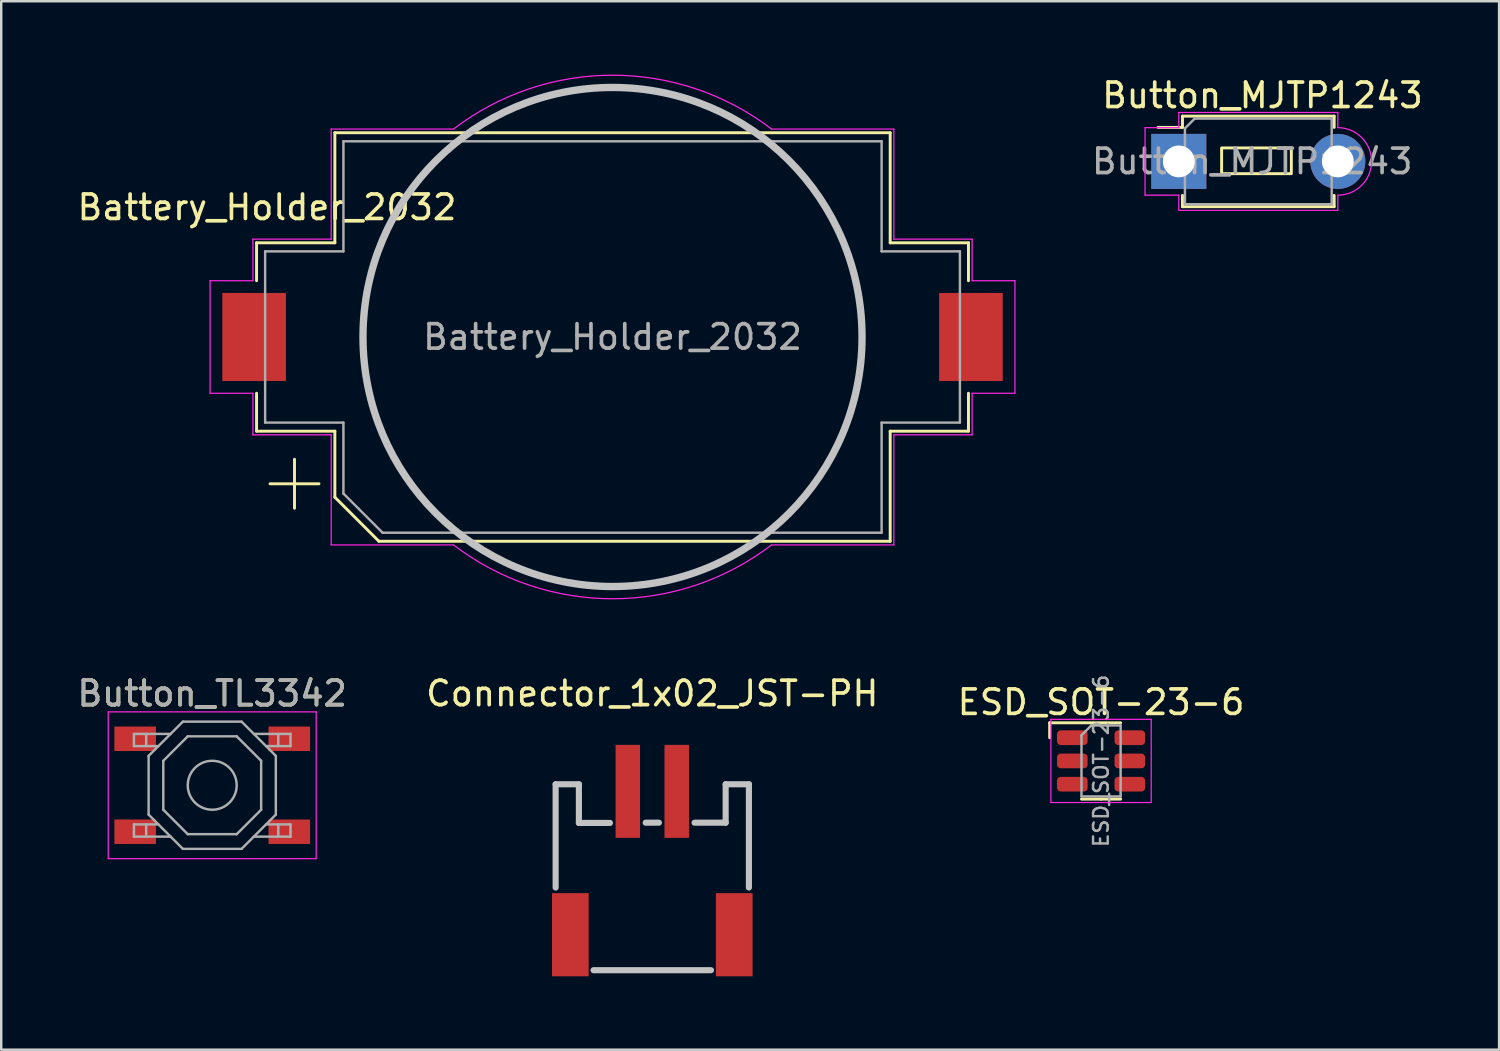
<source format=kicad_pcb>
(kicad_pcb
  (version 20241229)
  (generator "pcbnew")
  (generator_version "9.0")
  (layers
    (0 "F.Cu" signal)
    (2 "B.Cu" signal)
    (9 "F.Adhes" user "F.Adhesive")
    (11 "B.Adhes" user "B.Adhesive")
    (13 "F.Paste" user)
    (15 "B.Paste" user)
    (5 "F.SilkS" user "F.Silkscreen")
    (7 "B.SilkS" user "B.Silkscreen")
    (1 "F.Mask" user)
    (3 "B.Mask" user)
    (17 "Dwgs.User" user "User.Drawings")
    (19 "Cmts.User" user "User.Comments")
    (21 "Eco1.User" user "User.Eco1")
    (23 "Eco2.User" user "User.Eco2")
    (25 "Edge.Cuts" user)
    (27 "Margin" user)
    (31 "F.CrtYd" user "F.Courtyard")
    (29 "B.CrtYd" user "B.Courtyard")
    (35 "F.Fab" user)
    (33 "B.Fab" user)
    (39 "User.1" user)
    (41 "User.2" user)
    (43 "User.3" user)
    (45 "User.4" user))
  (footprint "Button_TL3342"
    (layer "F.Cu")
    (at 5.625 29.049)
    (property "Reference" "Button_TL3342" (at 0 -3.75 0) (layer "F.SilkS") (effects (font (size 1 1) (thickness 0.15))))
    (attr smd)
    (fp_line (start -4.25 -3) (end 4.25 -3) (stroke (width 0.05) (type solid)) (layer "F.CrtYd"))
    (fp_line (start -4.25 3) (end -4.25 -3) (stroke (width 0.05) (type solid)) (layer "F.CrtYd"))
    (fp_line (start 4.25 -3) (end 4.25 3) (stroke (width 0.05) (type solid)) (layer "F.CrtYd"))
    (fp_line (start 4.25 3) (end -4.25 3) (stroke (width 0.05) (type solid)) (layer "F.CrtYd"))
    (fp_line (start -3.2 -2.1) (end -3.2 -1.6) (stroke (width 0.1) (type solid)) (layer "F.Fab"))
    (fp_line (start -3.2 -1.6) (end -2.2 -1.6) (stroke (width 0.1) (type solid)) (layer "F.Fab"))
    (fp_line (start -3.2 1.6) (end -2.2 1.6) (stroke (width 0.1) (type solid)) (layer "F.Fab"))
    (fp_line (start -3.2 2.1) (end -3.2 1.6) (stroke (width 0.1) (type solid)) (layer "F.Fab"))
    (fp_line (start -2.7 -2.1) (end -2.7 -1.6) (stroke (width 0.1) (type solid)) (layer "F.Fab"))
    (fp_line (start -2.7 2.1) (end -2.7 1.6) (stroke (width 0.1) (type solid)) (layer "F.Fab"))
    (fp_line (start -2.6 -1.2) (end -2.6 1.2) (stroke (width 0.1) (type solid)) (layer "F.Fab"))
    (fp_line (start -2.6 1.2) (end -1.2 2.6) (stroke (width 0.1) (type solid)) (layer "F.Fab"))
    (fp_line (start -2 -1) (end -1 -2) (stroke (width 0.1) (type solid)) (layer "F.Fab"))
    (fp_line (start -2 1) (end -2 -1) (stroke (width 0.1) (type solid)) (layer "F.Fab"))
    (fp_line (start -1.7 -2.1) (end -3.2 -2.1) (stroke (width 0.1) (type solid)) (layer "F.Fab"))
    (fp_line (start -1.7 2.1) (end -3.2 2.1) (stroke (width 0.1) (type solid)) (layer "F.Fab"))
    (fp_line (start -1.2 -2.6) (end -2.6 -1.2) (stroke (width 0.1) (type solid)) (layer "F.Fab"))
    (fp_line (start -1.2 2.6) (end 1.2 2.6) (stroke (width 0.1) (type solid)) (layer "F.Fab"))
    (fp_line (start -1 -2) (end 1 -2) (stroke (width 0.1) (type solid)) (layer "F.Fab"))
    (fp_line (start -1 2) (end -2 1) (stroke (width 0.1) (type solid)) (layer "F.Fab"))
    (fp_line (start 1 -2) (end 2 -1) (stroke (width 0.1) (type solid)) (layer "F.Fab"))
    (fp_line (start 1 2) (end -1 2) (stroke (width 0.1) (type solid)) (layer "F.Fab"))
    (fp_line (start 1.2 -2.6) (end -1.2 -2.6) (stroke (width 0.1) (type solid)) (layer "F.Fab"))
    (fp_line (start 1.2 2.6) (end 2.6 1.2) (stroke (width 0.1) (type solid)) (layer "F.Fab"))
    (fp_line (start 1.7 -2.1) (end 3.2 -2.1) (stroke (width 0.1) (type solid)) (layer "F.Fab"))
    (fp_line (start 1.7 2.1) (end 3.2 2.1) (stroke (width 0.1) (type solid)) (layer "F.Fab"))
    (fp_line (start 2 -1) (end 2 1) (stroke (width 0.1) (type solid)) (layer "F.Fab"))
    (fp_line (start 2 1) (end 1 2) (stroke (width 0.1) (type solid)) (layer "F.Fab"))
    (fp_line (start 2.6 -1.2) (end 1.2 -2.6) (stroke (width 0.1) (type solid)) (layer "F.Fab"))
    (fp_line (start 2.6 1.2) (end 2.6 -1.2) (stroke (width 0.1) (type solid)) (layer "F.Fab"))
    (fp_line (start 2.7 -2.1) (end 2.7 -1.6) (stroke (width 0.1) (type solid)) (layer "F.Fab"))
    (fp_line (start 2.7 2.1) (end 2.7 1.6) (stroke (width 0.1) (type solid)) (layer "F.Fab"))
    (fp_line (start 3.2 -2.1) (end 3.2 -1.6) (stroke (width 0.1) (type solid)) (layer "F.Fab"))
    (fp_line (start 3.2 -1.6) (end 2.2 -1.6) (stroke (width 0.1) (type solid)) (layer "F.Fab"))
    (fp_line (start 3.2 1.6) (end 2.2 1.6) (stroke (width 0.1) (type solid)) (layer "F.Fab"))
    (fp_line (start 3.2 2.1) (end 3.2 1.6) (stroke (width 0.1) (type solid)) (layer "F.Fab"))
    (fp_circle (center 0 0) (end 1 0) (stroke (width 0.1) (type solid)) (fill no) (layer "F.Fab"))
    (fp_text user "${REFERENCE}" (at 0 -3.75 0) (layer "F.Fab") (effects (font (size 1 1) (thickness 0.15))))
    (pad "1" smd rect (at -3.15 -1.9) (size 1.7 1) (layers "F.Cu" "F.Mask" "F.Paste"))
    (pad "1" smd rect (at 3.15 -1.9) (size 1.7 1) (layers "F.Cu" "F.Mask" "F.Paste"))
    (pad "2" smd rect (at -3.15 1.9) (size 1.7 1) (layers "F.Cu" "F.Mask" "F.Paste"))
    (pad "2" smd rect (at 3.15 1.9) (size 1.7 1) (layers "F.Cu" "F.Mask" "F.Paste")))
  (footprint "ESD_SOT-23-6"
    (layer "F.Cu")
    (at 41.958 28.055)
    (property "Reference" "ESD_SOT-23-6" (at 0 -2.4 0) (layer "F.SilkS") (effects (font (size 1 1) (thickness 0.15))))
    (attr smd)
    (fp_line (start -2.1 -1.56) (end 0.8 -1.56) (stroke (width 0.12) (type solid)) (layer "F.SilkS"))
    (fp_line (start -2.1 -0.95) (end -2.1 -1.56) (stroke (width 0.12) (type solid)) (layer "F.SilkS"))
    (fp_line (start 0 1.56) (end -0.8 1.56) (stroke (width 0.12) (type solid)) (layer "F.SilkS"))
    (fp_line (start 0 1.56) (end 0.8 1.56) (stroke (width 0.12) (type solid)) (layer "F.SilkS"))
    (fp_line (start -2.05 -1.7) (end -2.05 1.7) (stroke (width 0.05) (type solid)) (layer "F.CrtYd"))
    (fp_line (start -2.05 1.7) (end 2.05 1.7) (stroke (width 0.05) (type solid)) (layer "F.CrtYd"))
    (fp_line (start 2.05 -1.7) (end -2.05 -1.7) (stroke (width 0.05) (type solid)) (layer "F.CrtYd"))
    (fp_line (start 2.05 1.7) (end 2.05 -1.7) (stroke (width 0.05) (type solid)) (layer "F.CrtYd"))
    (fp_line (start -0.8 -1.05) (end -0.4 -1.45) (stroke (width 0.1) (type solid)) (layer "F.Fab"))
    (fp_line (start -0.8 1.45) (end -0.8 -1.05) (stroke (width 0.1) (type solid)) (layer "F.Fab"))
    (fp_line (start -0.4 -1.45) (end 0.8 -1.45) (stroke (width 0.1) (type solid)) (layer "F.Fab"))
    (fp_line (start 0.8 -1.45) (end 0.8 1.45) (stroke (width 0.1) (type solid)) (layer "F.Fab"))
    (fp_line (start 0.8 1.45) (end -0.8 1.45) (stroke (width 0.1) (type solid)) (layer "F.Fab"))
    (fp_text user "${REFERENCE}" (at 0 0 90) (layer "F.Fab") (effects (font (size 0.6 0.6) (thickness 0.1) (bold yes))))
    (pad "1" smd roundrect (at -1.175 -0.95) (size 1.25 0.6) (layers "F.Cu" "F.Mask" "F.Paste") (roundrect_rratio 0.25))
    (pad "2" smd roundrect (at -1.175 0) (size 1.25 0.6) (layers "F.Cu" "F.Mask" "F.Paste") (roundrect_rratio 0.25))
    (pad "3" smd roundrect (at -1.175 0.95) (size 1.25 0.6) (layers "F.Cu" "F.Mask" "F.Paste") (roundrect_rratio 0.25))
    (pad "4" smd roundrect (at 1.175 0.95) (size 1.25 0.6) (layers "F.Cu" "F.Mask" "F.Paste") (roundrect_rratio 0.25))
    (pad "5" smd roundrect (at 1.175 0) (size 1.25 0.6) (layers "F.Cu" "F.Mask" "F.Paste") (roundrect_rratio 0.25))
    (pad "6" smd roundrect (at 1.175 -0.95) (size 1.25 0.6) (layers "F.Cu" "F.Mask" "F.Paste") (roundrect_rratio 0.25)))
  (footprint "Battery_Holder_2032"
    (layer "F.Cu")
    (at 21.988 10.725)
    (property "Reference" "Battery_Holder_2032" (at -14.125 -5.3 0) (layer "F.SilkS") (effects (font (size 1 1) (thickness 0.15))))
    (attr smd)
    (fp_line (start -14.55 -3.85) (end -14.55 -2.3) (stroke (width 0.12) (type solid)) (layer "F.SilkS"))
    (fp_line (start -14.55 3.85) (end -14.55 2.3) (stroke (width 0.12) (type solid)) (layer "F.SilkS"))
    (fp_line (start -13 5) (end -13 7) (stroke (width 0.12) (type solid)) (layer "F.SilkS"))
    (fp_line (start -12 6) (end -14 6) (stroke (width 0.12) (type solid)) (layer "F.SilkS"))
    (fp_line (start -11.35 -8.35) (end -11.35 -3.85) (stroke (width 0.12) (type solid)) (layer "F.SilkS"))
    (fp_line (start -11.35 -8.35) (end 11.35 -8.35) (stroke (width 0.12) (type solid)) (layer "F.SilkS"))
    (fp_line (start -11.35 -3.85) (end -14.55 -3.85) (stroke (width 0.12) (type solid)) (layer "F.SilkS"))
    (fp_line (start -11.35 3.85) (end -14.55 3.85) (stroke (width 0.12) (type solid)) (layer "F.SilkS"))
    (fp_line (start -11.35 6.55) (end -11.35 3.85) (stroke (width 0.12) (type solid)) (layer "F.SilkS"))
    (fp_line (start -9.55 8.35) (end -11.35 6.55) (stroke (width 0.12) (type solid)) (layer "F.SilkS"))
    (fp_line (start 11.35 -8.35) (end 11.35 -3.85) (stroke (width 0.12) (type solid)) (layer "F.SilkS"))
    (fp_line (start 11.35 -3.85) (end 14.55 -3.85) (stroke (width 0.12) (type solid)) (layer "F.SilkS"))
    (fp_line (start 11.35 3.85) (end 14.55 3.85) (stroke (width 0.12) (type solid)) (layer "F.SilkS"))
    (fp_line (start 11.35 8.35) (end -9.55 8.35) (stroke (width 0.12) (type solid)) (layer "F.SilkS"))
    (fp_line (start 11.35 8.35) (end 11.35 3.85) (stroke (width 0.12) (type solid)) (layer "F.SilkS"))
    (fp_line (start 14.55 -3.85) (end 14.55 -2.3) (stroke (width 0.12) (type solid)) (layer "F.SilkS"))
    (fp_line (start 14.55 3.85) (end 14.55 2.3) (stroke (width 0.12) (type solid)) (layer "F.SilkS"))
    (fp_circle (center 0 0) (end -10.2 0) (stroke (width 0.3) (type solid)) (fill no) (layer "Dwgs.User"))
    (fp_line (start -16.45 2.3) (end -16.45 -2.3) (stroke (width 0.05) (type solid)) (layer "F.CrtYd"))
    (fp_line (start -14.7 -4) (end -11.5 -4) (stroke (width 0.05) (type solid)) (layer "F.CrtYd"))
    (fp_line (start -14.7 -2.3) (end -16.45 -2.3) (stroke (width 0.05) (type solid)) (layer "F.CrtYd"))
    (fp_line (start -14.7 -2.3) (end -14.7 -4) (stroke (width 0.05) (type solid)) (layer "F.CrtYd"))
    (fp_line (start -14.7 2.3) (end -16.45 2.3) (stroke (width 0.05) (type solid)) (layer "F.CrtYd"))
    (fp_line (start -14.7 4) (end -14.7 2.3) (stroke (width 0.05) (type solid)) (layer "F.CrtYd"))
    (fp_line (start -14.7 4) (end -11.5 4) (stroke (width 0.05) (type solid)) (layer "F.CrtYd"))
    (fp_line (start -11.5 -8.5) (end -6.5 -8.5) (stroke (width 0.05) (type solid)) (layer "F.CrtYd"))
    (fp_line (start -11.5 -4) (end -11.5 -8.5) (stroke (width 0.05) (type solid)) (layer "F.CrtYd"))
    (fp_line (start -11.5 4) (end -11.5 8.5) (stroke (width 0.05) (type solid)) (layer "F.CrtYd"))
    (fp_line (start -6.5 8.5) (end -11.5 8.5) (stroke (width 0.05) (type solid)) (layer "F.CrtYd"))
    (fp_line (start 11.5 -8.5) (end 6.5 -8.5) (stroke (width 0.05) (type solid)) (layer "F.CrtYd"))
    (fp_line (start 11.5 -8.5) (end 11.5 -4) (stroke (width 0.05) (type solid)) (layer "F.CrtYd"))
    (fp_line (start 11.5 -4) (end 14.7 -4) (stroke (width 0.05) (type solid)) (layer "F.CrtYd"))
    (fp_line (start 11.5 4) (end 11.5 8.5) (stroke (width 0.05) (type solid)) (layer "F.CrtYd"))
    (fp_line (start 11.5 8.5) (end 6.5 8.5) (stroke (width 0.05) (type solid)) (layer "F.CrtYd"))
    (fp_line (start 14.7 -4) (end 14.7 -2.3) (stroke (width 0.05) (type solid)) (layer "F.CrtYd"))
    (fp_line (start 14.7 -2.3) (end 16.45 -2.3) (stroke (width 0.05) (type solid)) (layer "F.CrtYd"))
    (fp_line (start 14.7 2.3) (end 14.7 4) (stroke (width 0.05) (type solid)) (layer "F.CrtYd"))
    (fp_line (start 14.7 4) (end 11.5 4) (stroke (width 0.05) (type solid)) (layer "F.CrtYd"))
    (fp_line (start 16.45 -2.3) (end 16.45 2.3) (stroke (width 0.05) (type solid)) (layer "F.CrtYd"))
    (fp_line (start 16.45 2.3) (end 14.7 2.3) (stroke (width 0.05) (type solid)) (layer "F.CrtYd"))
    (fp_arc (start -6.499999 -8.5) (mid 0 -10.700467) (end 6.5 -8.5) (stroke (width 0.05) (type solid)) (layer "F.CrtYd"))
    (fp_arc (start 6.499999 8.5) (mid 0 10.700467) (end -6.5 8.5) (stroke (width 0.05) (type solid)) (layer "F.CrtYd"))
    (fp_line (start -14.2 -3.5) (end -11 -3.5) (stroke (width 0.1) (type solid)) (layer "F.Fab"))
    (fp_line (start -14.2 3.5) (end -14.2 -3.5) (stroke (width 0.1) (type solid)) (layer "F.Fab"))
    (fp_line (start -11 -8) (end -11 -3.5) (stroke (width 0.1) (type solid)) (layer "F.Fab"))
    (fp_line (start -11 3.5) (end -14.2 3.5) (stroke (width 0.1) (type solid)) (layer "F.Fab"))
    (fp_line (start -11 6.4) (end -11 3.5) (stroke (width 0.1) (type solid)) (layer "F.Fab"))
    (fp_line (start -9.4 8) (end -11 6.4) (stroke (width 0.1) (type solid)) (layer "F.Fab"))
    (fp_line (start 11 -8) (end -11 -8) (stroke (width 0.1) (type solid)) (layer "F.Fab"))
    (fp_line (start 11 -8) (end 11 -3.5) (stroke (width 0.1) (type solid)) (layer "F.Fab"))
    (fp_line (start 11 3.5) (end 14.2 3.5) (stroke (width 0.1) (type solid)) (layer "F.Fab"))
    (fp_line (start 11 8) (end -9.4 8) (stroke (width 0.1) (type solid)) (layer "F.Fab"))
    (fp_line (start 11 8) (end 11 3.5) (stroke (width 0.1) (type solid)) (layer "F.Fab"))
    (fp_line (start 14.2 -3.5) (end 11 -3.5) (stroke (width 0.1) (type solid)) (layer "F.Fab"))
    (fp_line (start 14.2 3.5) (end 14.2 -3.5) (stroke (width 0.1) (type solid)) (layer "F.Fab"))
    (fp_text user "${REFERENCE}" (at 0 0 0) (layer "F.Fab") (effects (font (size 1 1) (thickness 0.15))))
    (pad "1" smd rect (at -14.65 0 180) (size 2.6 3.6) (layers "F.Cu" "F.Mask" "F.Paste"))
    (pad "2" smd rect (at 14.65 0 180) (size 2.6 3.6) (layers "F.Cu" "F.Mask" "F.Paste")))
  (footprint "Connector_1x02_JST-PH"
    (layer "F.Cu")
    (at 23.613 32.229)
    (property "Reference" "Connector_1x02_JST-PH" (at 0 -6.93 0) (layer "F.SilkS") (effects (font (size 1 1) (thickness 0.15))))
    (attr smd)
    (fp_line (start -3.95 -3.22) (end -3.95 1) (stroke (width 0.25) (type solid)) (layer "Dwgs.User"))
    (fp_line (start -3 -3.22) (end -3.95 -3.22) (stroke (width 0.25) (type solid)) (layer "Dwgs.User"))
    (fp_line (start -3 -1.64) (end -3 -3.22) (stroke (width 0.25) (type solid)) (layer "Dwgs.User"))
    (fp_line (start -1.73 -1.64) (end -3 -1.64) (stroke (width 0.25) (type solid)) (layer "Dwgs.User"))
    (fp_line (start 0.27 -1.65) (end -0.27 -1.65) (stroke (width 0.25) (type solid)) (layer "Dwgs.User"))
    (fp_line (start 2.4 4.38) (end -2.4 4.38) (stroke (width 0.25) (type solid)) (layer "Dwgs.User"))
    (fp_line (start 3 -3.22) (end 3 -1.65) (stroke (width 0.25) (type solid)) (layer "Dwgs.User"))
    (fp_line (start 3 -1.65) (end 1.73 -1.65) (stroke (width 0.25) (type solid)) (layer "Dwgs.User"))
    (fp_line (start 3.95 -3.22) (end 3 -3.22) (stroke (width 0.25) (type solid)) (layer "Dwgs.User"))
    (fp_line (start 3.95 -3.22) (end 3.95 1) (stroke (width 0.25) (type solid)) (layer "Dwgs.User"))
    (pad "1" smd rect (at -1 -2.93) (size 1 3.8) (layers "F.Cu" "F.Mask" "F.Paste"))
    (pad "2" smd rect (at 1 -2.93) (size 1 3.8) (layers "F.Cu" "F.Mask" "F.Paste"))
    (pad "3" smd rect (at 3.35 2.93) (size 1.5 3.4) (layers "F.Cu" "F.Mask" "F.Paste"))
    (pad "4" smd rect (at -3.35 2.93) (size 1.5 3.4) (layers "F.Cu" "F.Mask" "F.Paste")))
  (footprint "Button_MJTP1243"
    (layer "F.Cu")
    (at 45.136 3.548)
    (property "Reference" "Button_MJTP1243" (at 3.42 -2.7 0) (layer "F.SilkS") (effects (font (size 1 1) (thickness 0.15))))
    (attr through_hole)
    (fp_line (start 0.15 -1.85) (end 0.15 -1.39) (stroke (width 0.12) (type default)) (layer "F.SilkS"))
    (fp_line (start 0.15 -1.39) (end -0.85 -1.39) (stroke (width 0.12) (type default)) (layer "F.SilkS"))
    (fp_line (start 0.15 1.39) (end 0.15 1.85) (stroke (width 0.12) (type solid)) (layer "F.SilkS"))
    (fp_line (start 0.15 1.85) (end 6.35 1.85) (stroke (width 0.12) (type solid)) (layer "F.SilkS"))
    (fp_line (start 6.35 -1.85) (end 0.15 -1.85) (stroke (width 0.12) (type solid)) (layer "F.SilkS"))
    (fp_line (start 6.35 -1.85) (end 6.35 -1.39) (stroke (width 0.12) (type solid)) (layer "F.SilkS"))
    (fp_line (start 6.35 1.39) (end 6.35 1.85) (stroke (width 0.12) (type solid)) (layer "F.SilkS"))
    (fp_rect (start 1.75 -0.55) (end 4.6 0.5) (stroke (width 0.12) (type default)) (fill no) (layer "F.SilkS"))
    (fp_line (start -1.38 -1.38) (end 0 -1.38) (stroke (width 0.05) (type default)) (layer "F.CrtYd"))
    (fp_line (start -1.38 1.38) (end -1.38 -1.38) (stroke (width 0.05) (type solid)) (layer "F.CrtYd"))
    (fp_line (start -1.38 1.38) (end 0 1.38) (stroke (width 0.05) (type default)) (layer "F.CrtYd"))
    (fp_line (start 0 -2) (end 0 -1.38) (stroke (width 0.05) (type default)) (layer "F.CrtYd"))
    (fp_line (start 0 -2) (end 6.5 -2) (stroke (width 0.05) (type solid)) (layer "F.CrtYd"))
    (fp_line (start 0 1.38) (end 0 2) (stroke (width 0.05) (type default)) (layer "F.CrtYd"))
    (fp_line (start 6.5 -2) (end 6.5 -1.38) (stroke (width 0.05) (type default)) (layer "F.CrtYd"))
    (fp_line (start 6.5 1.38) (end 6.5 2) (stroke (width 0.05) (type default)) (layer "F.CrtYd"))
    (fp_line (start 6.5 2) (end 0 2) (stroke (width 0.05) (type solid)) (layer "F.CrtYd"))
    (fp_arc (start 6.5 -1.38) (mid 7.88 0) (end 6.5 1.38) (stroke (width 0.05) (type default)) (layer "F.CrtYd"))
    (fp_line (start 0.25 1.75) (end 0.25 -1.35) (stroke (width 0.1) (type solid)) (layer "F.Fab"))
    (fp_line (start 0.65 -1.75) (end 0.25 -1.35) (stroke (width 0.1) (type default)) (layer "F.Fab"))
    (fp_line (start 0.65 -1.75) (end 6.25 -1.75) (stroke (width 0.1) (type solid)) (layer "F.Fab"))
    (fp_line (start 6.25 -1.75) (end 6.25 1.75) (stroke (width 0.1) (type solid)) (layer "F.Fab"))
    (fp_line (start 6.25 1.75) (end 0.25 1.75) (stroke (width 0.1) (type solid)) (layer "F.Fab"))
    (fp_text user "${REFERENCE}" (at 3 0 0) (layer "F.Fab") (effects (font (size 1 1) (thickness 0.15))))
    (pad "1" thru_hole rect (at 0 0 90) (size 2.25 2.25) (drill 1.3) (layers "*.Cu" "*.Mask"))
    (pad "2" thru_hole circle (at 6.5 0 90) (size 2.25 2.25) (drill 1.3) (layers "*.Cu" "*.Mask")))
  (gr_rect
    (start -3 -3)
    (end 58.228 39.859)
    (stroke (width 0.1) (type default))
    (fill no)
    (layer "Edge.Cuts")))
</source>
